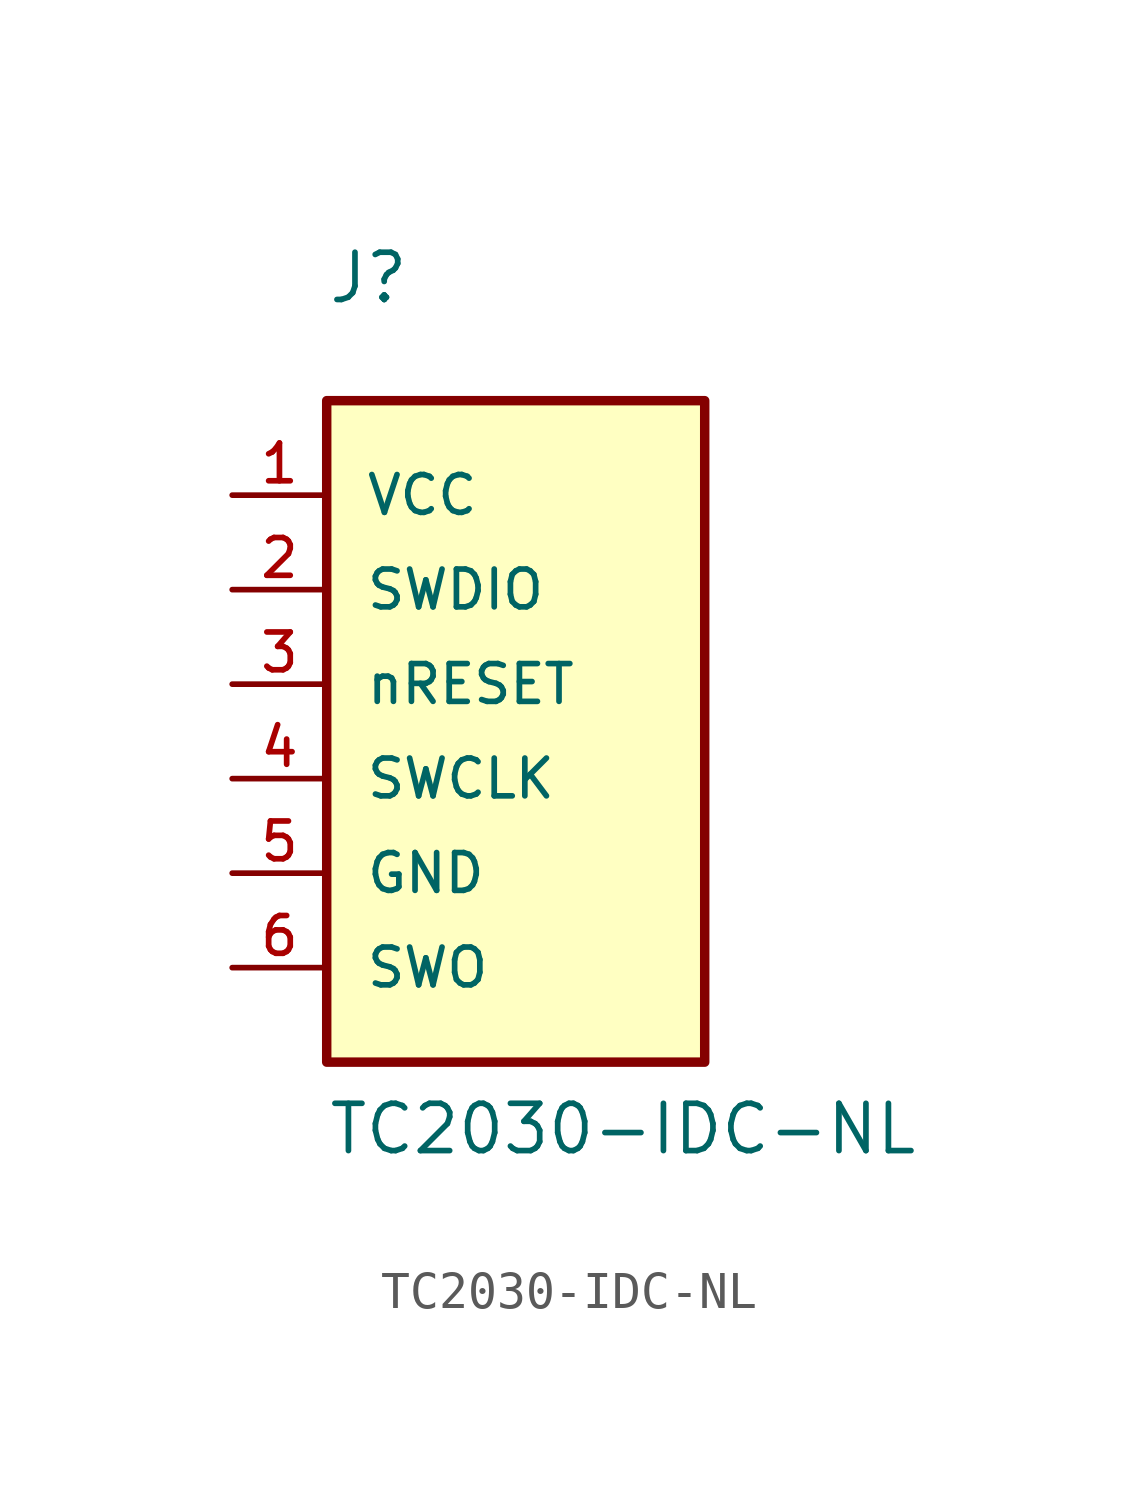
<source format=kicad_sym>
(kicad_symbol_lib
  (version 20220914)
  (generator kicad_symbol_editor)
  (symbol "TC2030-IDC-NL"
    (pin_names
      (offset 1.016))
    (property "Reference" "J"
      (at -5.086 12.716 0)
      (effects (font (size 1.27 1.27)) (justify left bottom)))
    (property "Value" "TC2030-IDC-NL"
      (at -5.08 -10.16 0)
      (effects (font (size 1.27 1.27)) (justify left bottom)))
    (symbol "TC2030-IDC-NL_0_0"
      (rectangle (start -5.08 10.16) (end 5.08 -7.62) (stroke (width 0.254) (type default)) (fill (type background))))
    (symbol "TC2030-IDC-NL_1_0"
      (pin passive line (at -7.62 7.62 0) (length 2.54) (name "VCC" (effects (font (size 1.016 1.016)))) (number "1" (effects (font (size 1.016 1.016)))))
      (pin passive line (at -7.62 5.08 0) (length 2.54) (name "SWDIO" (effects (font (size 1.016 1.016)))) (number "2" (effects (font (size 1.016 1.016)))))
      (pin passive line (at -7.62 2.54 0) (length 2.54) (name "nRESET" (effects (font (size 1.016 1.016)))) (number "3" (effects (font (size 1.016 1.016)))))
      (pin passive line (at -7.62 0 0) (length 2.54) (name "SWCLK" (effects (font (size 1.016 1.016)))) (number "4" (effects (font (size 1.016 1.016)))))
      (pin passive line (at -7.62 -2.54 0) (length 2.54) (name "GND" (effects (font (size 1.016 1.016)))) (number "5" (effects (font (size 1.016 1.016)))))
      (pin passive line (at -7.62 -5.08 0) (length 2.54) (name "SWO" (effects (font (size 1.016 1.016)))) (number "6" (effects (font (size 1.016 1.016))))))))
</source>
